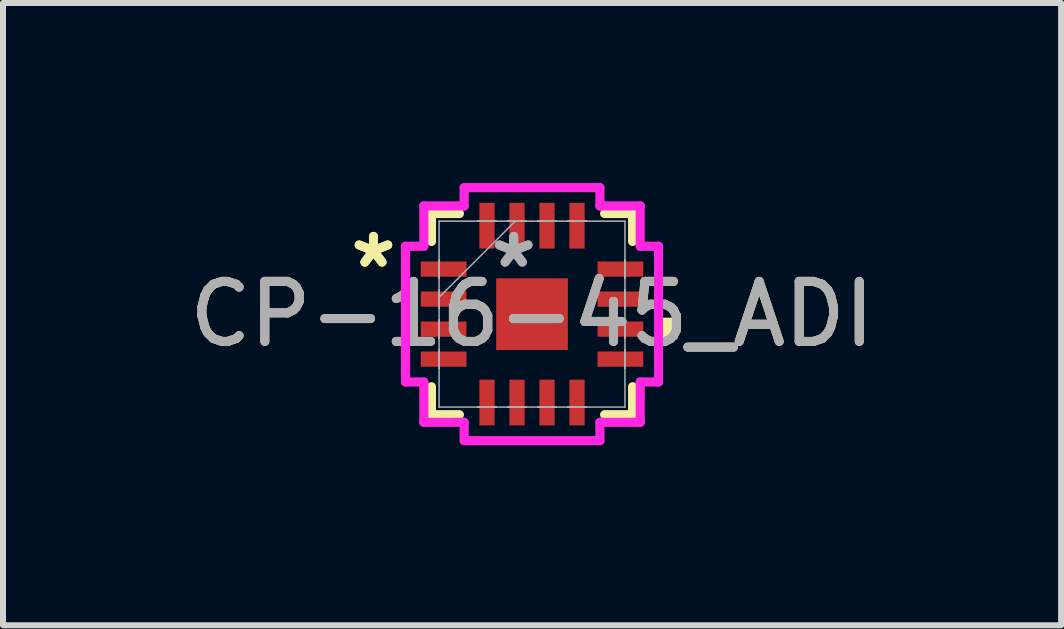
<source format=kicad_pcb>
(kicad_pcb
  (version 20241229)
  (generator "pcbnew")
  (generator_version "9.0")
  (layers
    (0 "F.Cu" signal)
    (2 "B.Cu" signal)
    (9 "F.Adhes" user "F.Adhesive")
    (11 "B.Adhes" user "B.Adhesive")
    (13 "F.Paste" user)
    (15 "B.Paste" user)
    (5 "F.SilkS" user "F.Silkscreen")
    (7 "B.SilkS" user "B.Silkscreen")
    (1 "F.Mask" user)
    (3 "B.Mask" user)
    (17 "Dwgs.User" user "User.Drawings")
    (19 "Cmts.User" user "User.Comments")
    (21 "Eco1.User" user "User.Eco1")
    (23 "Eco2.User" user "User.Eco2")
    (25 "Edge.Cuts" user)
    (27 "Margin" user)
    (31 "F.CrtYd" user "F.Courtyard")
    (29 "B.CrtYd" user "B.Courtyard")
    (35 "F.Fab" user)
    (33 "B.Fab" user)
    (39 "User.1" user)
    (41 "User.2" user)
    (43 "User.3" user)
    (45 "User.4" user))
  (footprint "CP-16-45_ADI"
    (layer "F.Cu")
    (at 5.815 2.184)
    (property "Reference" "CP-16-45_ADI" (at 0 0 0) (unlocked yes) (layer "F.SilkS") (effects (font (size 1 1) (thickness 0.15))))
    (attr smd)
    (fp_line (start -1.676 -1.676) (end -1.676 -1.21) (stroke (width 0.152) (type solid)) (layer "F.SilkS"))
    (fp_line (start -1.676 1.21) (end -1.676 1.676) (stroke (width 0.152) (type solid)) (layer "F.SilkS"))
    (fp_line (start -1.676 1.676) (end -1.21 1.676) (stroke (width 0.152) (type solid)) (layer "F.SilkS"))
    (fp_line (start -1.21 -1.676) (end -1.676 -1.676) (stroke (width 0.152) (type solid)) (layer "F.SilkS"))
    (fp_line (start 1.21 1.676) (end 1.676 1.676) (stroke (width 0.152) (type solid)) (layer "F.SilkS"))
    (fp_line (start 1.676 -1.676) (end 1.21 -1.676) (stroke (width 0.152) (type solid)) (layer "F.SilkS"))
    (fp_line (start 1.676 -1.21) (end 1.676 -1.676) (stroke (width 0.152) (type solid)) (layer "F.SilkS"))
    (fp_line (start 1.676 1.676) (end 1.676 1.21) (stroke (width 0.152) (type solid)) (layer "F.SilkS"))
    (fp_poly (pts (xy 2.362 0.059) (xy 2.362 0.441) (xy 2.108 0.441) (xy 2.108 0.059)) (stroke (width 0) (type solid)) (fill yes) (layer "F.SilkS"))
    (fp_line (start -2.108 -1.131) (end -1.803 -1.131) (stroke (width 0.152) (type solid)) (layer "F.CrtYd"))
    (fp_line (start -2.108 1.131) (end -2.108 -1.131) (stroke (width 0.152) (type solid)) (layer "F.CrtYd"))
    (fp_line (start -1.803 -1.803) (end -1.131 -1.803) (stroke (width 0.152) (type solid)) (layer "F.CrtYd"))
    (fp_line (start -1.803 -1.131) (end -1.803 -1.803) (stroke (width 0.152) (type solid)) (layer "F.CrtYd"))
    (fp_line (start -1.803 1.131) (end -2.108 1.131) (stroke (width 0.152) (type solid)) (layer "F.CrtYd"))
    (fp_line (start -1.803 1.803) (end -1.803 1.131) (stroke (width 0.152) (type solid)) (layer "F.CrtYd"))
    (fp_line (start -1.131 -2.108) (end 1.131 -2.108) (stroke (width 0.152) (type solid)) (layer "F.CrtYd"))
    (fp_line (start -1.131 -1.803) (end -1.131 -2.108) (stroke (width 0.152) (type solid)) (layer "F.CrtYd"))
    (fp_line (start -1.131 1.803) (end -1.803 1.803) (stroke (width 0.152) (type solid)) (layer "F.CrtYd"))
    (fp_line (start -1.131 2.108) (end -1.131 1.803) (stroke (width 0.152) (type solid)) (layer "F.CrtYd"))
    (fp_line (start 1.131 -2.108) (end 1.131 -1.803) (stroke (width 0.152) (type solid)) (layer "F.CrtYd"))
    (fp_line (start 1.131 -1.803) (end 1.803 -1.803) (stroke (width 0.152) (type solid)) (layer "F.CrtYd"))
    (fp_line (start 1.131 1.803) (end 1.131 2.108) (stroke (width 0.152) (type solid)) (layer "F.CrtYd"))
    (fp_line (start 1.131 2.108) (end -1.131 2.108) (stroke (width 0.152) (type solid)) (layer "F.CrtYd"))
    (fp_line (start 1.803 -1.803) (end 1.803 -1.131) (stroke (width 0.152) (type solid)) (layer "F.CrtYd"))
    (fp_line (start 1.803 -1.131) (end 2.108 -1.131) (stroke (width 0.152) (type solid)) (layer "F.CrtYd"))
    (fp_line (start 1.803 1.131) (end 1.803 1.803) (stroke (width 0.152) (type solid)) (layer "F.CrtYd"))
    (fp_line (start 1.803 1.803) (end 1.131 1.803) (stroke (width 0.152) (type solid)) (layer "F.CrtYd"))
    (fp_line (start 2.108 -1.131) (end 2.108 1.131) (stroke (width 0.152) (type solid)) (layer "F.CrtYd"))
    (fp_line (start 2.108 1.131) (end 1.803 1.131) (stroke (width 0.152) (type solid)) (layer "F.CrtYd"))
    (fp_line (start -1.549 -1.549) (end -1.549 1.549) (stroke (width 0.025) (type solid)) (layer "F.Fab"))
    (fp_line (start -1.549 -0.902) (end -1.549 -0.902) (stroke (width 0.025) (type solid)) (layer "F.Fab"))
    (fp_line (start -1.549 -0.902) (end -1.549 -0.598) (stroke (width 0.025) (type solid)) (layer "F.Fab"))
    (fp_line (start -1.549 -0.598) (end -1.549 -0.902) (stroke (width 0.025) (type solid)) (layer "F.Fab"))
    (fp_line (start -1.549 -0.598) (end -1.549 -0.598) (stroke (width 0.025) (type solid)) (layer "F.Fab"))
    (fp_line (start -1.549 -0.402) (end -1.549 -0.402) (stroke (width 0.025) (type solid)) (layer "F.Fab"))
    (fp_line (start -1.549 -0.402) (end -1.549 -0.098) (stroke (width 0.025) (type solid)) (layer "F.Fab"))
    (fp_line (start -1.549 -0.279) (end -0.279 -1.549) (stroke (width 0.025) (type solid)) (layer "F.Fab"))
    (fp_line (start -1.549 -0.098) (end -1.549 -0.402) (stroke (width 0.025) (type solid)) (layer "F.Fab"))
    (fp_line (start -1.549 -0.098) (end -1.549 -0.098) (stroke (width 0.025) (type solid)) (layer "F.Fab"))
    (fp_line (start -1.549 0.098) (end -1.549 0.098) (stroke (width 0.025) (type solid)) (layer "F.Fab"))
    (fp_line (start -1.549 0.098) (end -1.549 0.402) (stroke (width 0.025) (type solid)) (layer "F.Fab"))
    (fp_line (start -1.549 0.402) (end -1.549 0.098) (stroke (width 0.025) (type solid)) (layer "F.Fab"))
    (fp_line (start -1.549 0.402) (end -1.549 0.402) (stroke (width 0.025) (type solid)) (layer "F.Fab"))
    (fp_line (start -1.549 0.598) (end -1.549 0.598) (stroke (width 0.025) (type solid)) (layer "F.Fab"))
    (fp_line (start -1.549 0.598) (end -1.549 0.902) (stroke (width 0.025) (type solid)) (layer "F.Fab"))
    (fp_line (start -1.549 0.902) (end -1.549 0.598) (stroke (width 0.025) (type solid)) (layer "F.Fab"))
    (fp_line (start -1.549 0.902) (end -1.549 0.902) (stroke (width 0.025) (type solid)) (layer "F.Fab"))
    (fp_line (start -1.549 1.549) (end 1.549 1.549) (stroke (width 0.025) (type solid)) (layer "F.Fab"))
    (fp_line (start -0.902 -1.549) (end -0.902 -1.549) (stroke (width 0.025) (type solid)) (layer "F.Fab"))
    (fp_line (start -0.902 -1.549) (end -0.598 -1.549) (stroke (width 0.025) (type solid)) (layer "F.Fab"))
    (fp_line (start -0.902 1.549) (end -0.902 1.549) (stroke (width 0.025) (type solid)) (layer "F.Fab"))
    (fp_line (start -0.902 1.549) (end -0.598 1.549) (stroke (width 0.025) (type solid)) (layer "F.Fab"))
    (fp_line (start -0.598 -1.549) (end -0.902 -1.549) (stroke (width 0.025) (type solid)) (layer "F.Fab"))
    (fp_line (start -0.598 -1.549) (end -0.598 -1.549) (stroke (width 0.025) (type solid)) (layer "F.Fab"))
    (fp_line (start -0.598 1.549) (end -0.902 1.549) (stroke (width 0.025) (type solid)) (layer "F.Fab"))
    (fp_line (start -0.598 1.549) (end -0.598 1.549) (stroke (width 0.025) (type solid)) (layer "F.Fab"))
    (fp_line (start -0.402 -1.549) (end -0.402 -1.549) (stroke (width 0.025) (type solid)) (layer "F.Fab"))
    (fp_line (start -0.402 -1.549) (end -0.098 -1.549) (stroke (width 0.025) (type solid)) (layer "F.Fab"))
    (fp_line (start -0.402 1.549) (end -0.402 1.549) (stroke (width 0.025) (type solid)) (layer "F.Fab"))
    (fp_line (start -0.402 1.549) (end -0.098 1.549) (stroke (width 0.025) (type solid)) (layer "F.Fab"))
    (fp_line (start -0.098 -1.549) (end -0.402 -1.549) (stroke (width 0.025) (type solid)) (layer "F.Fab"))
    (fp_line (start -0.098 -1.549) (end -0.098 -1.549) (stroke (width 0.025) (type solid)) (layer "F.Fab"))
    (fp_line (start -0.098 1.549) (end -0.402 1.549) (stroke (width 0.025) (type solid)) (layer "F.Fab"))
    (fp_line (start -0.098 1.549) (end -0.098 1.549) (stroke (width 0.025) (type solid)) (layer "F.Fab"))
    (fp_line (start 0.098 -1.549) (end 0.098 -1.549) (stroke (width 0.025) (type solid)) (layer "F.Fab"))
    (fp_line (start 0.098 -1.549) (end 0.402 -1.549) (stroke (width 0.025) (type solid)) (layer "F.Fab"))
    (fp_line (start 0.098 1.549) (end 0.098 1.549) (stroke (width 0.025) (type solid)) (layer "F.Fab"))
    (fp_line (start 0.098 1.549) (end 0.402 1.549) (stroke (width 0.025) (type solid)) (layer "F.Fab"))
    (fp_line (start 0.402 -1.549) (end 0.098 -1.549) (stroke (width 0.025) (type solid)) (layer "F.Fab"))
    (fp_line (start 0.402 -1.549) (end 0.402 -1.549) (stroke (width 0.025) (type solid)) (layer "F.Fab"))
    (fp_line (start 0.402 1.549) (end 0.098 1.549) (stroke (width 0.025) (type solid)) (layer "F.Fab"))
    (fp_line (start 0.402 1.549) (end 0.402 1.549) (stroke (width 0.025) (type solid)) (layer "F.Fab"))
    (fp_line (start 0.598 -1.549) (end 0.598 -1.549) (stroke (width 0.025) (type solid)) (layer "F.Fab"))
    (fp_line (start 0.598 -1.549) (end 0.902 -1.549) (stroke (width 0.025) (type solid)) (layer "F.Fab"))
    (fp_line (start 0.598 1.549) (end 0.598 1.549) (stroke (width 0.025) (type solid)) (layer "F.Fab"))
    (fp_line (start 0.598 1.549) (end 0.902 1.549) (stroke (width 0.025) (type solid)) (layer "F.Fab"))
    (fp_line (start 0.902 -1.549) (end 0.598 -1.549) (stroke (width 0.025) (type solid)) (layer "F.Fab"))
    (fp_line (start 0.902 -1.549) (end 0.902 -1.549) (stroke (width 0.025) (type solid)) (layer "F.Fab"))
    (fp_line (start 0.902 1.549) (end 0.598 1.549) (stroke (width 0.025) (type solid)) (layer "F.Fab"))
    (fp_line (start 0.902 1.549) (end 0.902 1.549) (stroke (width 0.025) (type solid)) (layer "F.Fab"))
    (fp_line (start 1.549 -1.549) (end -1.549 -1.549) (stroke (width 0.025) (type solid)) (layer "F.Fab"))
    (fp_line (start 1.549 -0.902) (end 1.549 -0.902) (stroke (width 0.025) (type solid)) (layer "F.Fab"))
    (fp_line (start 1.549 -0.902) (end 1.549 -0.598) (stroke (width 0.025) (type solid)) (layer "F.Fab"))
    (fp_line (start 1.549 -0.598) (end 1.549 -0.902) (stroke (width 0.025) (type solid)) (layer "F.Fab"))
    (fp_line (start 1.549 -0.598) (end 1.549 -0.598) (stroke (width 0.025) (type solid)) (layer "F.Fab"))
    (fp_line (start 1.549 -0.402) (end 1.549 -0.402) (stroke (width 0.025) (type solid)) (layer "F.Fab"))
    (fp_line (start 1.549 -0.402) (end 1.549 -0.098) (stroke (width 0.025) (type solid)) (layer "F.Fab"))
    (fp_line (start 1.549 -0.098) (end 1.549 -0.402) (stroke (width 0.025) (type solid)) (layer "F.Fab"))
    (fp_line (start 1.549 -0.098) (end 1.549 -0.098) (stroke (width 0.025) (type solid)) (layer "F.Fab"))
    (fp_line (start 1.549 0.098) (end 1.549 0.098) (stroke (width 0.025) (type solid)) (layer "F.Fab"))
    (fp_line (start 1.549 0.098) (end 1.549 0.402) (stroke (width 0.025) (type solid)) (layer "F.Fab"))
    (fp_line (start 1.549 0.402) (end 1.549 0.098) (stroke (width 0.025) (type solid)) (layer "F.Fab"))
    (fp_line (start 1.549 0.402) (end 1.549 0.402) (stroke (width 0.025) (type solid)) (layer "F.Fab"))
    (fp_line (start 1.549 0.598) (end 1.549 0.598) (stroke (width 0.025) (type solid)) (layer "F.Fab"))
    (fp_line (start 1.549 0.598) (end 1.549 0.902) (stroke (width 0.025) (type solid)) (layer "F.Fab"))
    (fp_line (start 1.549 0.902) (end 1.549 0.598) (stroke (width 0.025) (type solid)) (layer "F.Fab"))
    (fp_line (start 1.549 0.902) (end 1.549 0.902) (stroke (width 0.025) (type solid)) (layer "F.Fab"))
    (fp_line (start 1.549 1.549) (end 1.549 -1.549) (stroke (width 0.025) (type solid)) (layer "F.Fab"))
    (fp_text user "*" (at -2.642 -0.75 0) (unlocked yes) (layer "F.SilkS") (effects (font (size 1 1) (thickness 0.15))))
    (fp_text user "*" (at -2.642 -0.75 0) (layer "F.SilkS") (effects (font (size 1 1) (thickness 0.15))))
    (fp_text user "*" (at -0.305 -0.75 0) (layer "F.Fab") (effects (font (size 1 1) (thickness 0.15))))
    (fp_text user "${REFERENCE}" (at 0 0 0) (unlocked yes) (layer "F.Fab") (effects (font (size 1 1) (thickness 0.15))))
    (fp_text user "*" (at -0.305 -0.75 0) (unlocked yes) (layer "F.Fab") (effects (font (size 1 1) (thickness 0.15))))
    (pad "1" smd rect (at -1.473 -0.75 90) (size 0.254 0.762) (layers "F.Cu" "F.Mask" "F.Paste"))
    (pad "2" smd rect (at -1.473 -0.25 90) (size 0.254 0.762) (layers "F.Cu" "F.Mask" "F.Paste"))
    (pad "3" smd rect (at -1.473 0.25 90) (size 0.254 0.762) (layers "F.Cu" "F.Mask" "F.Paste"))
    (pad "4" smd rect (at -1.473 0.75 90) (size 0.254 0.762) (layers "F.Cu" "F.Mask" "F.Paste"))
    (pad "5" smd rect (at -0.75 1.473) (size 0.254 0.762) (layers "F.Cu" "F.Mask" "F.Paste"))
    (pad "6" smd rect (at -0.25 1.473) (size 0.254 0.762) (layers "F.Cu" "F.Mask" "F.Paste"))
    (pad "7" smd rect (at 0.25 1.473) (size 0.254 0.762) (layers "F.Cu" "F.Mask" "F.Paste"))
    (pad "8" smd rect (at 0.75 1.473) (size 0.254 0.762) (layers "F.Cu" "F.Mask" "F.Paste"))
    (pad "9" smd rect (at 1.473 0.75 90) (size 0.254 0.762) (layers "F.Cu" "F.Mask" "F.Paste"))
    (pad "10" smd rect (at 1.473 0.25 90) (size 0.254 0.762) (layers "F.Cu" "F.Mask" "F.Paste"))
    (pad "11" smd rect (at 1.473 -0.25 90) (size 0.254 0.762) (layers "F.Cu" "F.Mask" "F.Paste"))
    (pad "12" smd rect (at 1.473 -0.75 90) (size 0.254 0.762) (layers "F.Cu" "F.Mask" "F.Paste"))
    (pad "13" smd rect (at 0.75 -1.473) (size 0.254 0.762) (layers "F.Cu" "F.Mask" "F.Paste"))
    (pad "14" smd rect (at 0.25 -1.473) (size 0.254 0.762) (layers "F.Cu" "F.Mask" "F.Paste"))
    (pad "15" smd rect (at -0.25 -1.473) (size 0.254 0.762) (layers "F.Cu" "F.Mask" "F.Paste"))
    (pad "16" smd rect (at -0.75 -1.473) (size 0.254 0.762) (layers "F.Cu" "F.Mask" "F.Paste"))
    (pad "17" smd rect (at 0 0) (size 1.194 1.194) (layers "F.Cu" "F.Mask" "F.Paste")))
  (gr_rect
    (start -3 -3)
    (end 14.631 7.369)
    (stroke (width 0.1) (type default))
    (fill no)
    (layer "Edge.Cuts")))
</source>
